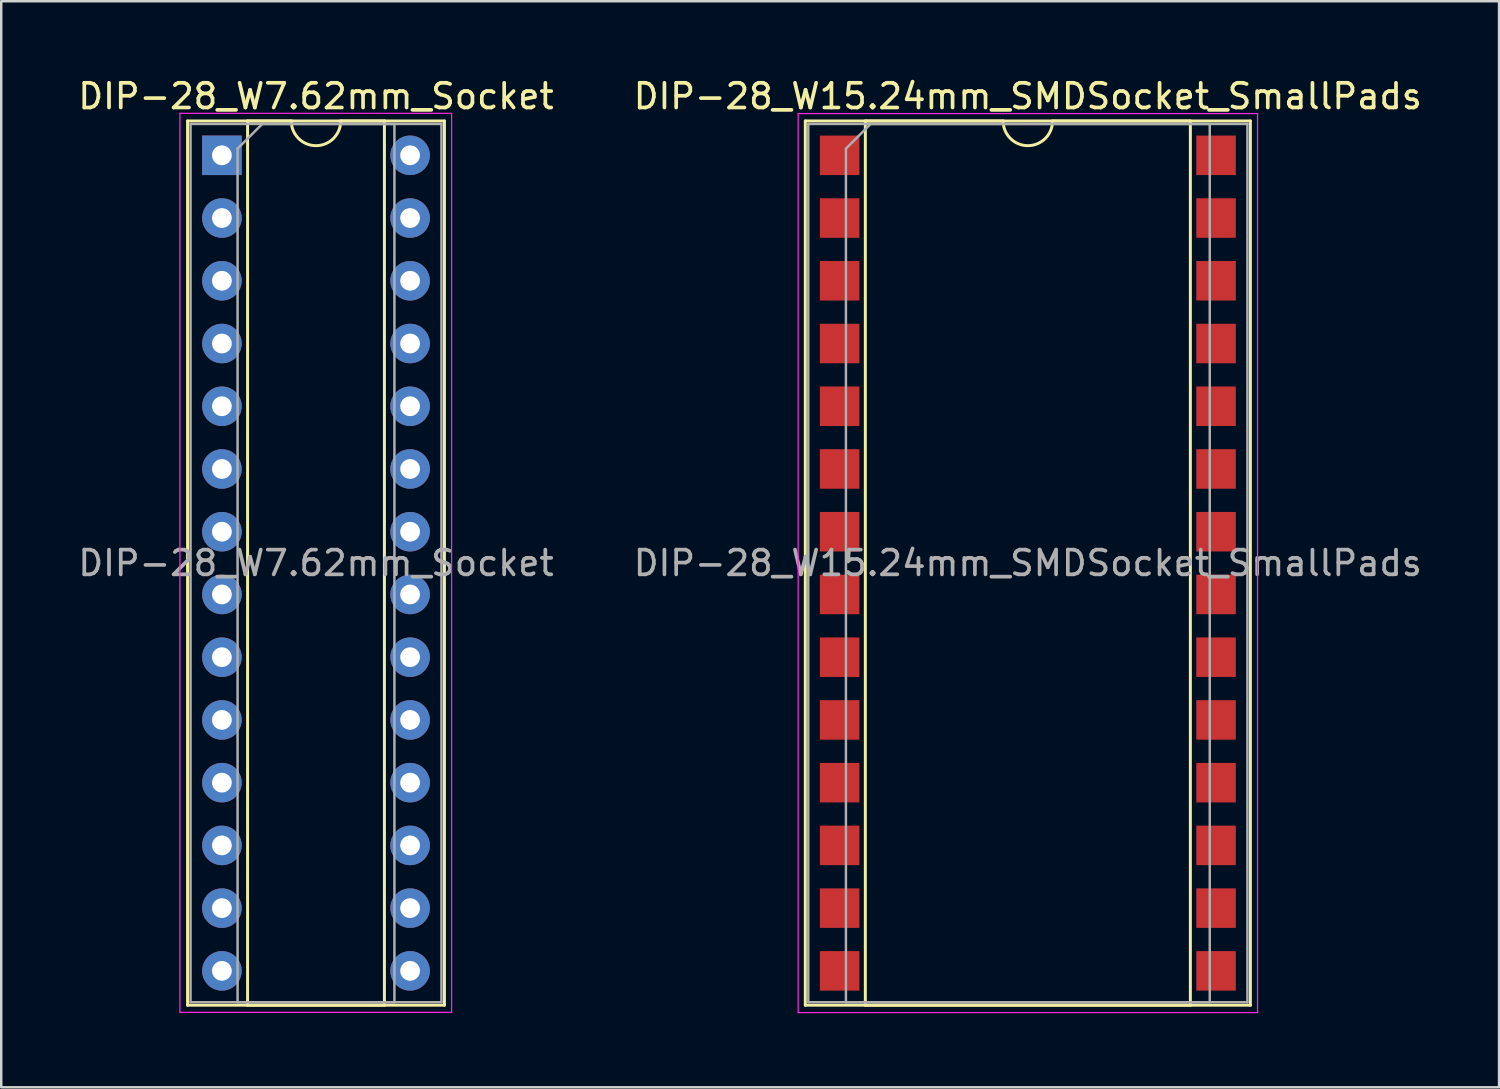
<source format=kicad_pcb>
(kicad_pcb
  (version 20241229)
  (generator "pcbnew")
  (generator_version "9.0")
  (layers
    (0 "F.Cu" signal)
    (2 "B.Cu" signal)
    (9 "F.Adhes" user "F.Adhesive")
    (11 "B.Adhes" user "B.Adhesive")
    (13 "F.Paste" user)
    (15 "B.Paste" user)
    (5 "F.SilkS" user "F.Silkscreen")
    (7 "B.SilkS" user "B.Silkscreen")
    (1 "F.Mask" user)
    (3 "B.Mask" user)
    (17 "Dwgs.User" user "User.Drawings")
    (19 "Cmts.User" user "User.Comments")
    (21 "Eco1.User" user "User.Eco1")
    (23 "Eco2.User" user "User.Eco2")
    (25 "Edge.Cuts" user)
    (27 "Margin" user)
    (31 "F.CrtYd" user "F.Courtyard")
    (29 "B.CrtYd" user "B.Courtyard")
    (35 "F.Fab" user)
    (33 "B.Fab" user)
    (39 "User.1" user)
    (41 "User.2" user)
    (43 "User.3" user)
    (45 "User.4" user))
  (footprint "DIP-28_W15.24mm_SMDSocket_SmallPads"
    (layer "F.Cu")
    (at 38.565 19.748)
    (property "Reference" "DIP-28_W15.24mm_SMDSocket_SmallPads" (at 0 -18.9 0) (layer "F.SilkS") (effects (font (size 1 1) (thickness 0.15))))
    (attr smd)
    (fp_line (start -9.01 -17.9) (end -9.01 17.9) (stroke (width 0.12) (type solid)) (layer "F.SilkS"))
    (fp_line (start -9.01 17.9) (end 9.01 17.9) (stroke (width 0.12) (type solid)) (layer "F.SilkS"))
    (fp_line (start -6.58 -17.9) (end -6.58 17.9) (stroke (width 0.12) (type solid)) (layer "F.SilkS"))
    (fp_line (start -6.58 17.9) (end 6.58 17.9) (stroke (width 0.12) (type solid)) (layer "F.SilkS"))
    (fp_line (start -1 -17.9) (end -6.58 -17.9) (stroke (width 0.12) (type solid)) (layer "F.SilkS"))
    (fp_line (start 6.58 -17.9) (end 1 -17.9) (stroke (width 0.12) (type solid)) (layer "F.SilkS"))
    (fp_line (start 6.58 17.9) (end 6.58 -17.9) (stroke (width 0.12) (type solid)) (layer "F.SilkS"))
    (fp_line (start 9.01 -17.9) (end -9.01 -17.9) (stroke (width 0.12) (type solid)) (layer "F.SilkS"))
    (fp_line (start 9.01 17.9) (end 9.01 -17.9) (stroke (width 0.12) (type solid)) (layer "F.SilkS"))
    (fp_arc (start 1 -17.9) (mid 0 -16.9) (end -1 -17.9) (stroke (width 0.12) (type solid)) (layer "F.SilkS"))
    (fp_line (start -9.3 -18.2) (end -9.3 18.2) (stroke (width 0.05) (type solid)) (layer "F.CrtYd"))
    (fp_line (start -9.3 18.2) (end 9.3 18.2) (stroke (width 0.05) (type solid)) (layer "F.CrtYd"))
    (fp_line (start 9.3 -18.2) (end -9.3 -18.2) (stroke (width 0.05) (type solid)) (layer "F.CrtYd"))
    (fp_line (start 9.3 18.2) (end 9.3 -18.2) (stroke (width 0.05) (type solid)) (layer "F.CrtYd"))
    (fp_line (start -8.89 -17.78) (end -8.89 17.78) (stroke (width 0.1) (type solid)) (layer "F.Fab"))
    (fp_line (start -8.89 17.78) (end 8.89 17.78) (stroke (width 0.1) (type solid)) (layer "F.Fab"))
    (fp_line (start -7.365 -16.78) (end -6.365 -17.78) (stroke (width 0.1) (type solid)) (layer "F.Fab"))
    (fp_line (start -7.365 17.78) (end -7.365 -16.78) (stroke (width 0.1) (type solid)) (layer "F.Fab"))
    (fp_line (start -6.365 -17.78) (end 7.365 -17.78) (stroke (width 0.1) (type solid)) (layer "F.Fab"))
    (fp_line (start 7.365 -17.78) (end 7.365 17.78) (stroke (width 0.1) (type solid)) (layer "F.Fab"))
    (fp_line (start 7.365 17.78) (end -7.365 17.78) (stroke (width 0.1) (type solid)) (layer "F.Fab"))
    (fp_line (start 8.89 -17.78) (end -8.89 -17.78) (stroke (width 0.1) (type solid)) (layer "F.Fab"))
    (fp_line (start 8.89 17.78) (end 8.89 -17.78) (stroke (width 0.1) (type solid)) (layer "F.Fab"))
    (fp_text user "${REFERENCE}" (at 0 0 0) (layer "F.Fab") (effects (font (size 1 1) (thickness 0.15))))
    (pad "1" smd rect (at -7.62 -16.51) (size 1.6 1.6) (layers "F.Cu" "F.Mask" "F.Paste"))
    (pad "2" smd rect (at -7.62 -13.97) (size 1.6 1.6) (layers "F.Cu" "F.Mask" "F.Paste"))
    (pad "3" smd rect (at -7.62 -11.43) (size 1.6 1.6) (layers "F.Cu" "F.Mask" "F.Paste"))
    (pad "4" smd rect (at -7.62 -8.89) (size 1.6 1.6) (layers "F.Cu" "F.Mask" "F.Paste"))
    (pad "5" smd rect (at -7.62 -6.35) (size 1.6 1.6) (layers "F.Cu" "F.Mask" "F.Paste"))
    (pad "6" smd rect (at -7.62 -3.81) (size 1.6 1.6) (layers "F.Cu" "F.Mask" "F.Paste"))
    (pad "7" smd rect (at -7.62 -1.27) (size 1.6 1.6) (layers "F.Cu" "F.Mask" "F.Paste"))
    (pad "8" smd rect (at -7.62 1.27) (size 1.6 1.6) (layers "F.Cu" "F.Mask" "F.Paste"))
    (pad "9" smd rect (at -7.62 3.81) (size 1.6 1.6) (layers "F.Cu" "F.Mask" "F.Paste"))
    (pad "10" smd rect (at -7.62 6.35) (size 1.6 1.6) (layers "F.Cu" "F.Mask" "F.Paste"))
    (pad "11" smd rect (at -7.62 8.89) (size 1.6 1.6) (layers "F.Cu" "F.Mask" "F.Paste"))
    (pad "12" smd rect (at -7.62 11.43) (size 1.6 1.6) (layers "F.Cu" "F.Mask" "F.Paste"))
    (pad "13" smd rect (at -7.62 13.97) (size 1.6 1.6) (layers "F.Cu" "F.Mask" "F.Paste"))
    (pad "14" smd rect (at -7.62 16.51) (size 1.6 1.6) (layers "F.Cu" "F.Mask" "F.Paste"))
    (pad "15" smd rect (at 7.62 16.51) (size 1.6 1.6) (layers "F.Cu" "F.Mask" "F.Paste"))
    (pad "16" smd rect (at 7.62 13.97) (size 1.6 1.6) (layers "F.Cu" "F.Mask" "F.Paste"))
    (pad "17" smd rect (at 7.62 11.43) (size 1.6 1.6) (layers "F.Cu" "F.Mask" "F.Paste"))
    (pad "18" smd rect (at 7.62 8.89) (size 1.6 1.6) (layers "F.Cu" "F.Mask" "F.Paste"))
    (pad "19" smd rect (at 7.62 6.35) (size 1.6 1.6) (layers "F.Cu" "F.Mask" "F.Paste"))
    (pad "20" smd rect (at 7.62 3.81) (size 1.6 1.6) (layers "F.Cu" "F.Mask" "F.Paste"))
    (pad "21" smd rect (at 7.62 1.27) (size 1.6 1.6) (layers "F.Cu" "F.Mask" "F.Paste"))
    (pad "22" smd rect (at 7.62 -1.27) (size 1.6 1.6) (layers "F.Cu" "F.Mask" "F.Paste"))
    (pad "23" smd rect (at 7.62 -3.81) (size 1.6 1.6) (layers "F.Cu" "F.Mask" "F.Paste"))
    (pad "24" smd rect (at 7.62 -6.35) (size 1.6 1.6) (layers "F.Cu" "F.Mask" "F.Paste"))
    (pad "25" smd rect (at 7.62 -8.89) (size 1.6 1.6) (layers "F.Cu" "F.Mask" "F.Paste"))
    (pad "26" smd rect (at 7.62 -11.43) (size 1.6 1.6) (layers "F.Cu" "F.Mask" "F.Paste"))
    (pad "27" smd rect (at 7.62 -13.97) (size 1.6 1.6) (layers "F.Cu" "F.Mask" "F.Paste"))
    (pad "28" smd rect (at 7.62 -16.51) (size 1.6 1.6) (layers "F.Cu" "F.Mask" "F.Paste")))
  (footprint "DIP-28_W7.62mm_Socket"
    (layer "F.Cu")
    (at 5.934 3.238)
    (property "Reference" "DIP-28_W7.62mm_Socket" (at 3.81 -2.39 0) (layer "F.SilkS") (effects (font (size 1 1) (thickness 0.15))))
    (attr through_hole)
    (fp_line (start -1.39 -1.39) (end -1.39 34.41) (stroke (width 0.12) (type solid)) (layer "F.SilkS"))
    (fp_line (start -1.39 34.41) (end 9.01 34.41) (stroke (width 0.12) (type solid)) (layer "F.SilkS"))
    (fp_line (start 1.04 -1.39) (end 1.04 34.41) (stroke (width 0.12) (type solid)) (layer "F.SilkS"))
    (fp_line (start 1.04 34.41) (end 6.58 34.41) (stroke (width 0.12) (type solid)) (layer "F.SilkS"))
    (fp_line (start 2.81 -1.39) (end 1.04 -1.39) (stroke (width 0.12) (type solid)) (layer "F.SilkS"))
    (fp_line (start 6.58 -1.39) (end 4.81 -1.39) (stroke (width 0.12) (type solid)) (layer "F.SilkS"))
    (fp_line (start 6.58 34.41) (end 6.58 -1.39) (stroke (width 0.12) (type solid)) (layer "F.SilkS"))
    (fp_line (start 9.01 -1.39) (end -1.39 -1.39) (stroke (width 0.12) (type solid)) (layer "F.SilkS"))
    (fp_line (start 9.01 34.41) (end 9.01 -1.39) (stroke (width 0.12) (type solid)) (layer "F.SilkS"))
    (fp_arc (start 4.81 -1.39) (mid 3.81 -0.39) (end 2.81 -1.39) (stroke (width 0.12) (type solid)) (layer "F.SilkS"))
    (fp_line (start -1.7 -1.7) (end -1.7 34.7) (stroke (width 0.05) (type solid)) (layer "F.CrtYd"))
    (fp_line (start -1.7 34.7) (end 9.3 34.7) (stroke (width 0.05) (type solid)) (layer "F.CrtYd"))
    (fp_line (start 9.3 -1.7) (end -1.7 -1.7) (stroke (width 0.05) (type solid)) (layer "F.CrtYd"))
    (fp_line (start 9.3 34.7) (end 9.3 -1.7) (stroke (width 0.05) (type solid)) (layer "F.CrtYd"))
    (fp_line (start -1.27 -1.27) (end -1.27 34.29) (stroke (width 0.1) (type solid)) (layer "F.Fab"))
    (fp_line (start -1.27 34.29) (end 8.89 34.29) (stroke (width 0.1) (type solid)) (layer "F.Fab"))
    (fp_line (start 0.635 -0.27) (end 1.635 -1.27) (stroke (width 0.1) (type solid)) (layer "F.Fab"))
    (fp_line (start 0.635 34.29) (end 0.635 -0.27) (stroke (width 0.1) (type solid)) (layer "F.Fab"))
    (fp_line (start 1.635 -1.27) (end 6.985 -1.27) (stroke (width 0.1) (type solid)) (layer "F.Fab"))
    (fp_line (start 6.985 -1.27) (end 6.985 34.29) (stroke (width 0.1) (type solid)) (layer "F.Fab"))
    (fp_line (start 6.985 34.29) (end 0.635 34.29) (stroke (width 0.1) (type solid)) (layer "F.Fab"))
    (fp_line (start 8.89 -1.27) (end -1.27 -1.27) (stroke (width 0.1) (type solid)) (layer "F.Fab"))
    (fp_line (start 8.89 34.29) (end 8.89 -1.27) (stroke (width 0.1) (type solid)) (layer "F.Fab"))
    (fp_text user "${REFERENCE}" (at 3.81 16.51 0) (layer "F.Fab") (effects (font (size 1 1) (thickness 0.15))))
    (pad "1" thru_hole rect (at 0 0) (size 1.6 1.6) (drill 0.8) (layers "*.Cu" "*.Mask"))
    (pad "2" thru_hole oval (at 0 2.54) (size 1.6 1.6) (drill 0.8) (layers "*.Cu" "*.Mask"))
    (pad "3" thru_hole oval (at 0 5.08) (size 1.6 1.6) (drill 0.8) (layers "*.Cu" "*.Mask"))
    (pad "4" thru_hole oval (at 0 7.62) (size 1.6 1.6) (drill 0.8) (layers "*.Cu" "*.Mask"))
    (pad "5" thru_hole oval (at 0 10.16) (size 1.6 1.6) (drill 0.8) (layers "*.Cu" "*.Mask"))
    (pad "6" thru_hole oval (at 0 12.7) (size 1.6 1.6) (drill 0.8) (layers "*.Cu" "*.Mask"))
    (pad "7" thru_hole oval (at 0 15.24) (size 1.6 1.6) (drill 0.8) (layers "*.Cu" "*.Mask"))
    (pad "8" thru_hole oval (at 0 17.78) (size 1.6 1.6) (drill 0.8) (layers "*.Cu" "*.Mask"))
    (pad "9" thru_hole oval (at 0 20.32) (size 1.6 1.6) (drill 0.8) (layers "*.Cu" "*.Mask"))
    (pad "10" thru_hole oval (at 0 22.86) (size 1.6 1.6) (drill 0.8) (layers "*.Cu" "*.Mask"))
    (pad "11" thru_hole oval (at 0 25.4) (size 1.6 1.6) (drill 0.8) (layers "*.Cu" "*.Mask"))
    (pad "12" thru_hole oval (at 0 27.94) (size 1.6 1.6) (drill 0.8) (layers "*.Cu" "*.Mask"))
    (pad "13" thru_hole oval (at 0 30.48) (size 1.6 1.6) (drill 0.8) (layers "*.Cu" "*.Mask"))
    (pad "14" thru_hole oval (at 0 33.02) (size 1.6 1.6) (drill 0.8) (layers "*.Cu" "*.Mask"))
    (pad "15" thru_hole oval (at 7.62 33.02) (size 1.6 1.6) (drill 0.8) (layers "*.Cu" "*.Mask"))
    (pad "16" thru_hole oval (at 7.62 30.48) (size 1.6 1.6) (drill 0.8) (layers "*.Cu" "*.Mask"))
    (pad "17" thru_hole oval (at 7.62 27.94) (size 1.6 1.6) (drill 0.8) (layers "*.Cu" "*.Mask"))
    (pad "18" thru_hole oval (at 7.62 25.4) (size 1.6 1.6) (drill 0.8) (layers "*.Cu" "*.Mask"))
    (pad "19" thru_hole oval (at 7.62 22.86) (size 1.6 1.6) (drill 0.8) (layers "*.Cu" "*.Mask"))
    (pad "20" thru_hole oval (at 7.62 20.32) (size 1.6 1.6) (drill 0.8) (layers "*.Cu" "*.Mask"))
    (pad "21" thru_hole oval (at 7.62 17.78) (size 1.6 1.6) (drill 0.8) (layers "*.Cu" "*.Mask"))
    (pad "22" thru_hole oval (at 7.62 15.24) (size 1.6 1.6) (drill 0.8) (layers "*.Cu" "*.Mask"))
    (pad "23" thru_hole oval (at 7.62 12.7) (size 1.6 1.6) (drill 0.8) (layers "*.Cu" "*.Mask"))
    (pad "24" thru_hole oval (at 7.62 10.16) (size 1.6 1.6) (drill 0.8) (layers "*.Cu" "*.Mask"))
    (pad "25" thru_hole oval (at 7.62 7.62) (size 1.6 1.6) (drill 0.8) (layers "*.Cu" "*.Mask"))
    (pad "26" thru_hole oval (at 7.62 5.08) (size 1.6 1.6) (drill 0.8) (layers "*.Cu" "*.Mask"))
    (pad "27" thru_hole oval (at 7.62 2.54) (size 1.6 1.6) (drill 0.8) (layers "*.Cu" "*.Mask"))
    (pad "28" thru_hole oval (at 7.62 0) (size 1.6 1.6) (drill 0.8) (layers "*.Cu" "*.Mask")))
  (gr_rect
    (start -3 -3)
    (end 57.643 40.973)
    (stroke (width 0.1) (type default))
    (fill no)
    (layer "Edge.Cuts")))
</source>
